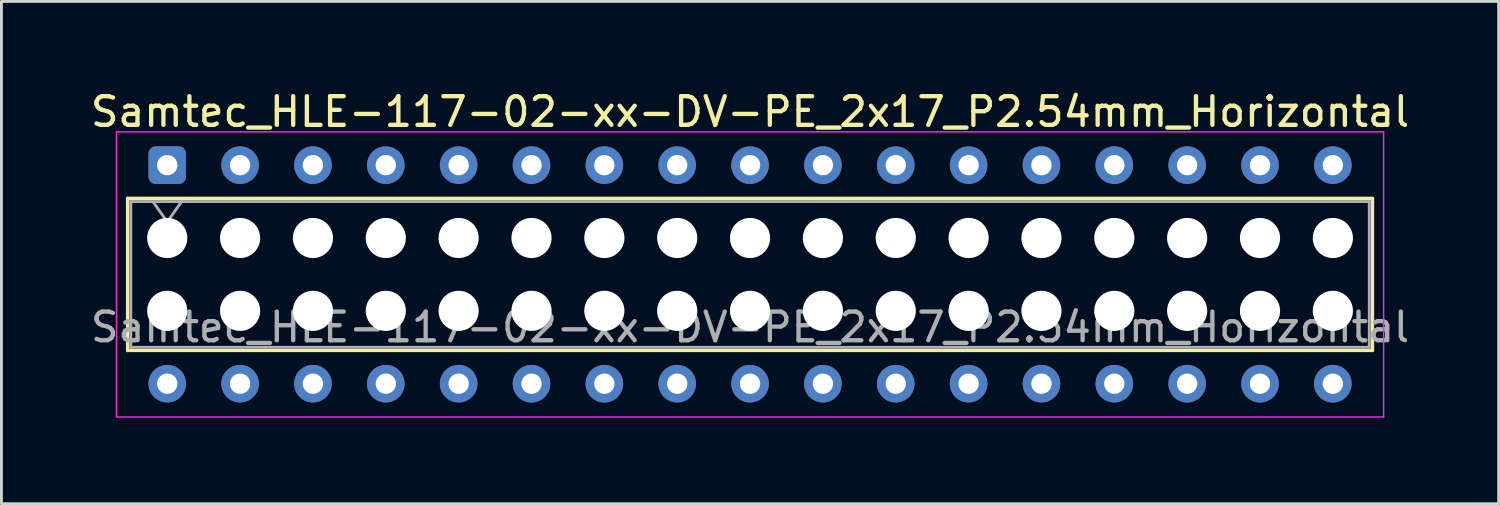
<source format=kicad_pcb>
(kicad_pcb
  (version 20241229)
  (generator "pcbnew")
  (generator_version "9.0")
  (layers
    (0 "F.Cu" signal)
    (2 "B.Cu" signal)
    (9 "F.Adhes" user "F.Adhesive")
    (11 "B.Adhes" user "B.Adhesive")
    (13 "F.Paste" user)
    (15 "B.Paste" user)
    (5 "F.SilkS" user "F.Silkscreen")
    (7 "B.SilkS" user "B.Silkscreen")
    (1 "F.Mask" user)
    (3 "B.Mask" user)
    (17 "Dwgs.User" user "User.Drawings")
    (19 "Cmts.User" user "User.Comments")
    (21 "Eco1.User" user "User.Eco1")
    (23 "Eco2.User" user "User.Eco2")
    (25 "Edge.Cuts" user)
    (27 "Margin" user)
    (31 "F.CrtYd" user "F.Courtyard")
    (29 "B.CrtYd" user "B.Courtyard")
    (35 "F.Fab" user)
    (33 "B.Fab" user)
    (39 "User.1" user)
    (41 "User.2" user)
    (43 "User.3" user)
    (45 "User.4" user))
  (footprint "Samtec_HLE-117-02-xx-DV-PE_2x17_P2.54mm_Horizontal"
    (layer "F.Cu")
    (at 2.781 2.708)
    (property "Reference" "Samtec_HLE-117-02-xx-DV-PE_2x17_P2.54mm_Horizontal" (at 20.32 -1.86 0) (layer "F.SilkS") (effects (font (size 1 1) (thickness 0.15))))
    (attr through_hole)
    (fp_line (start -1.38 1.16) (end 42.02 1.16) (stroke (width 0.12) (type solid)) (layer "F.SilkS"))
    (fp_line (start -1.38 6.46) (end -1.38 1.16) (stroke (width 0.12) (type solid)) (layer "F.SilkS"))
    (fp_line (start 42.02 1.16) (end 42.02 6.46) (stroke (width 0.12) (type solid)) (layer "F.SilkS"))
    (fp_line (start 42.02 6.46) (end -1.38 6.46) (stroke (width 0.12) (type solid)) (layer "F.SilkS"))
    (fp_line (start -1.77 -1.16) (end 42.41 -1.16) (stroke (width 0.05) (type solid)) (layer "F.CrtYd"))
    (fp_line (start -1.77 8.78) (end -1.77 -1.16) (stroke (width 0.05) (type solid)) (layer "F.CrtYd"))
    (fp_line (start 42.41 -1.16) (end 42.41 8.78) (stroke (width 0.05) (type solid)) (layer "F.CrtYd"))
    (fp_line (start 42.41 8.78) (end -1.77 8.78) (stroke (width 0.05) (type solid)) (layer "F.CrtYd"))
    (fp_line (start -1.27 1.27) (end 41.91 1.27) (stroke (width 0.1) (type solid)) (layer "F.Fab"))
    (fp_line (start -1.27 6.35) (end -1.27 1.27) (stroke (width 0.1) (type solid)) (layer "F.Fab"))
    (fp_line (start -0.5 1.27) (end 0 1.977) (stroke (width 0.1) (type solid)) (layer "F.Fab"))
    (fp_line (start 0 1.977) (end 0.5 1.27) (stroke (width 0.1) (type solid)) (layer "F.Fab"))
    (fp_line (start 41.91 1.27) (end 41.91 6.35) (stroke (width 0.1) (type solid)) (layer "F.Fab"))
    (fp_line (start 41.91 6.35) (end -1.27 6.35) (stroke (width 0.1) (type solid)) (layer "F.Fab"))
    (fp_text user "${REFERENCE}" (at 20.32 5.65 0) (layer "F.Fab") (effects (font (size 1 1) (thickness 0.15))))
    (pad "" np_thru_hole circle (at 0 2.54) (size 1.4 1.4) (drill 1.4) (layers "*.Cu" "*.Mask"))
    (pad "" np_thru_hole circle (at 0 5.08) (size 1.4 1.4) (drill 1.4) (layers "*.Cu" "*.Mask"))
    (pad "" np_thru_hole circle (at 2.54 2.54) (size 1.4 1.4) (drill 1.4) (layers "*.Cu" "*.Mask"))
    (pad "" np_thru_hole circle (at 2.54 5.08) (size 1.4 1.4) (drill 1.4) (layers "*.Cu" "*.Mask"))
    (pad "" np_thru_hole circle (at 5.08 2.54) (size 1.4 1.4) (drill 1.4) (layers "*.Cu" "*.Mask"))
    (pad "" np_thru_hole circle (at 5.08 5.08) (size 1.4 1.4) (drill 1.4) (layers "*.Cu" "*.Mask"))
    (pad "" np_thru_hole circle (at 7.62 2.54) (size 1.4 1.4) (drill 1.4) (layers "*.Cu" "*.Mask"))
    (pad "" np_thru_hole circle (at 7.62 5.08) (size 1.4 1.4) (drill 1.4) (layers "*.Cu" "*.Mask"))
    (pad "" np_thru_hole circle (at 10.16 2.54) (size 1.4 1.4) (drill 1.4) (layers "*.Cu" "*.Mask"))
    (pad "" np_thru_hole circle (at 10.16 5.08) (size 1.4 1.4) (drill 1.4) (layers "*.Cu" "*.Mask"))
    (pad "" np_thru_hole circle (at 12.7 2.54) (size 1.4 1.4) (drill 1.4) (layers "*.Cu" "*.Mask"))
    (pad "" np_thru_hole circle (at 12.7 5.08) (size 1.4 1.4) (drill 1.4) (layers "*.Cu" "*.Mask"))
    (pad "" np_thru_hole circle (at 15.24 2.54) (size 1.4 1.4) (drill 1.4) (layers "*.Cu" "*.Mask"))
    (pad "" np_thru_hole circle (at 15.24 5.08) (size 1.4 1.4) (drill 1.4) (layers "*.Cu" "*.Mask"))
    (pad "" np_thru_hole circle (at 17.78 2.54) (size 1.4 1.4) (drill 1.4) (layers "*.Cu" "*.Mask"))
    (pad "" np_thru_hole circle (at 17.78 5.08) (size 1.4 1.4) (drill 1.4) (layers "*.Cu" "*.Mask"))
    (pad "" np_thru_hole circle (at 20.32 2.54) (size 1.4 1.4) (drill 1.4) (layers "*.Cu" "*.Mask"))
    (pad "" np_thru_hole circle (at 20.32 5.08) (size 1.4 1.4) (drill 1.4) (layers "*.Cu" "*.Mask"))
    (pad "" np_thru_hole circle (at 22.86 2.54) (size 1.4 1.4) (drill 1.4) (layers "*.Cu" "*.Mask"))
    (pad "" np_thru_hole circle (at 22.86 5.08) (size 1.4 1.4) (drill 1.4) (layers "*.Cu" "*.Mask"))
    (pad "" np_thru_hole circle (at 25.4 2.54) (size 1.4 1.4) (drill 1.4) (layers "*.Cu" "*.Mask"))
    (pad "" np_thru_hole circle (at 25.4 5.08) (size 1.4 1.4) (drill 1.4) (layers "*.Cu" "*.Mask"))
    (pad "" np_thru_hole circle (at 27.94 2.54) (size 1.4 1.4) (drill 1.4) (layers "*.Cu" "*.Mask"))
    (pad "" np_thru_hole circle (at 27.94 5.08) (size 1.4 1.4) (drill 1.4) (layers "*.Cu" "*.Mask"))
    (pad "" np_thru_hole circle (at 30.48 2.54) (size 1.4 1.4) (drill 1.4) (layers "*.Cu" "*.Mask"))
    (pad "" np_thru_hole circle (at 30.48 5.08) (size 1.4 1.4) (drill 1.4) (layers "*.Cu" "*.Mask"))
    (pad "" np_thru_hole circle (at 33.02 2.54) (size 1.4 1.4) (drill 1.4) (layers "*.Cu" "*.Mask"))
    (pad "" np_thru_hole circle (at 33.02 5.08) (size 1.4 1.4) (drill 1.4) (layers "*.Cu" "*.Mask"))
    (pad "" np_thru_hole circle (at 35.56 2.54) (size 1.4 1.4) (drill 1.4) (layers "*.Cu" "*.Mask"))
    (pad "" np_thru_hole circle (at 35.56 5.08) (size 1.4 1.4) (drill 1.4) (layers "*.Cu" "*.Mask"))
    (pad "" np_thru_hole circle (at 38.1 2.54) (size 1.4 1.4) (drill 1.4) (layers "*.Cu" "*.Mask"))
    (pad "" np_thru_hole circle (at 38.1 5.08) (size 1.4 1.4) (drill 1.4) (layers "*.Cu" "*.Mask"))
    (pad "" np_thru_hole circle (at 40.64 2.54) (size 1.4 1.4) (drill 1.4) (layers "*.Cu" "*.Mask"))
    (pad "" np_thru_hole circle (at 40.64 5.08) (size 1.4 1.4) (drill 1.4) (layers "*.Cu" "*.Mask"))
    (pad "1" thru_hole roundrect (at 0 0) (size 1.31 1.31) (drill 0.71) (layers "*.Cu" "*.Mask") (roundrect_rratio 0.191))
    (pad "2" thru_hole circle (at 0 7.62) (size 1.31 1.31) (drill 0.71) (layers "*.Cu" "*.Mask"))
    (pad "3" thru_hole circle (at 2.54 0) (size 1.31 1.31) (drill 0.71) (layers "*.Cu" "*.Mask"))
    (pad "4" thru_hole circle (at 2.54 7.62) (size 1.31 1.31) (drill 0.71) (layers "*.Cu" "*.Mask"))
    (pad "5" thru_hole circle (at 5.08 0) (size 1.31 1.31) (drill 0.71) (layers "*.Cu" "*.Mask"))
    (pad "6" thru_hole circle (at 5.08 7.62) (size 1.31 1.31) (drill 0.71) (layers "*.Cu" "*.Mask"))
    (pad "7" thru_hole circle (at 7.62 0) (size 1.31 1.31) (drill 0.71) (layers "*.Cu" "*.Mask"))
    (pad "8" thru_hole circle (at 7.62 7.62) (size 1.31 1.31) (drill 0.71) (layers "*.Cu" "*.Mask"))
    (pad "9" thru_hole circle (at 10.16 0) (size 1.31 1.31) (drill 0.71) (layers "*.Cu" "*.Mask"))
    (pad "10" thru_hole circle (at 10.16 7.62) (size 1.31 1.31) (drill 0.71) (layers "*.Cu" "*.Mask"))
    (pad "11" thru_hole circle (at 12.7 0) (size 1.31 1.31) (drill 0.71) (layers "*.Cu" "*.Mask"))
    (pad "12" thru_hole circle (at 12.7 7.62) (size 1.31 1.31) (drill 0.71) (layers "*.Cu" "*.Mask"))
    (pad "13" thru_hole circle (at 15.24 0) (size 1.31 1.31) (drill 0.71) (layers "*.Cu" "*.Mask"))
    (pad "14" thru_hole circle (at 15.24 7.62) (size 1.31 1.31) (drill 0.71) (layers "*.Cu" "*.Mask"))
    (pad "15" thru_hole circle (at 17.78 0) (size 1.31 1.31) (drill 0.71) (layers "*.Cu" "*.Mask"))
    (pad "16" thru_hole circle (at 17.78 7.62) (size 1.31 1.31) (drill 0.71) (layers "*.Cu" "*.Mask"))
    (pad "17" thru_hole circle (at 20.32 0) (size 1.31 1.31) (drill 0.71) (layers "*.Cu" "*.Mask"))
    (pad "18" thru_hole circle (at 20.32 7.62) (size 1.31 1.31) (drill 0.71) (layers "*.Cu" "*.Mask"))
    (pad "19" thru_hole circle (at 22.86 0) (size 1.31 1.31) (drill 0.71) (layers "*.Cu" "*.Mask"))
    (pad "20" thru_hole circle (at 22.86 7.62) (size 1.31 1.31) (drill 0.71) (layers "*.Cu" "*.Mask"))
    (pad "21" thru_hole circle (at 25.4 0) (size 1.31 1.31) (drill 0.71) (layers "*.Cu" "*.Mask"))
    (pad "22" thru_hole circle (at 25.4 7.62) (size 1.31 1.31) (drill 0.71) (layers "*.Cu" "*.Mask"))
    (pad "23" thru_hole circle (at 27.94 0) (size 1.31 1.31) (drill 0.71) (layers "*.Cu" "*.Mask"))
    (pad "24" thru_hole circle (at 27.94 7.62) (size 1.31 1.31) (drill 0.71) (layers "*.Cu" "*.Mask"))
    (pad "25" thru_hole circle (at 30.48 0) (size 1.31 1.31) (drill 0.71) (layers "*.Cu" "*.Mask"))
    (pad "26" thru_hole circle (at 30.48 7.62) (size 1.31 1.31) (drill 0.71) (layers "*.Cu" "*.Mask"))
    (pad "27" thru_hole circle (at 33.02 0) (size 1.31 1.31) (drill 0.71) (layers "*.Cu" "*.Mask"))
    (pad "28" thru_hole circle (at 33.02 7.62) (size 1.31 1.31) (drill 0.71) (layers "*.Cu" "*.Mask"))
    (pad "29" thru_hole circle (at 35.56 0) (size 1.31 1.31) (drill 0.71) (layers "*.Cu" "*.Mask"))
    (pad "30" thru_hole circle (at 35.56 7.62) (size 1.31 1.31) (drill 0.71) (layers "*.Cu" "*.Mask"))
    (pad "31" thru_hole circle (at 38.1 0) (size 1.31 1.31) (drill 0.71) (layers "*.Cu" "*.Mask"))
    (pad "32" thru_hole circle (at 38.1 7.62) (size 1.31 1.31) (drill 0.71) (layers "*.Cu" "*.Mask"))
    (pad "33" thru_hole circle (at 40.64 0) (size 1.31 1.31) (drill 0.71) (layers "*.Cu" "*.Mask"))
    (pad "34" thru_hole circle (at 40.64 7.62) (size 1.31 1.31) (drill 0.71) (layers "*.Cu" "*.Mask")))
  (gr_rect
    (start -3 -3)
    (end 49.202 14.513)
    (stroke (width 0.1) (type default))
    (fill no)
    (layer "Edge.Cuts")))
</source>
